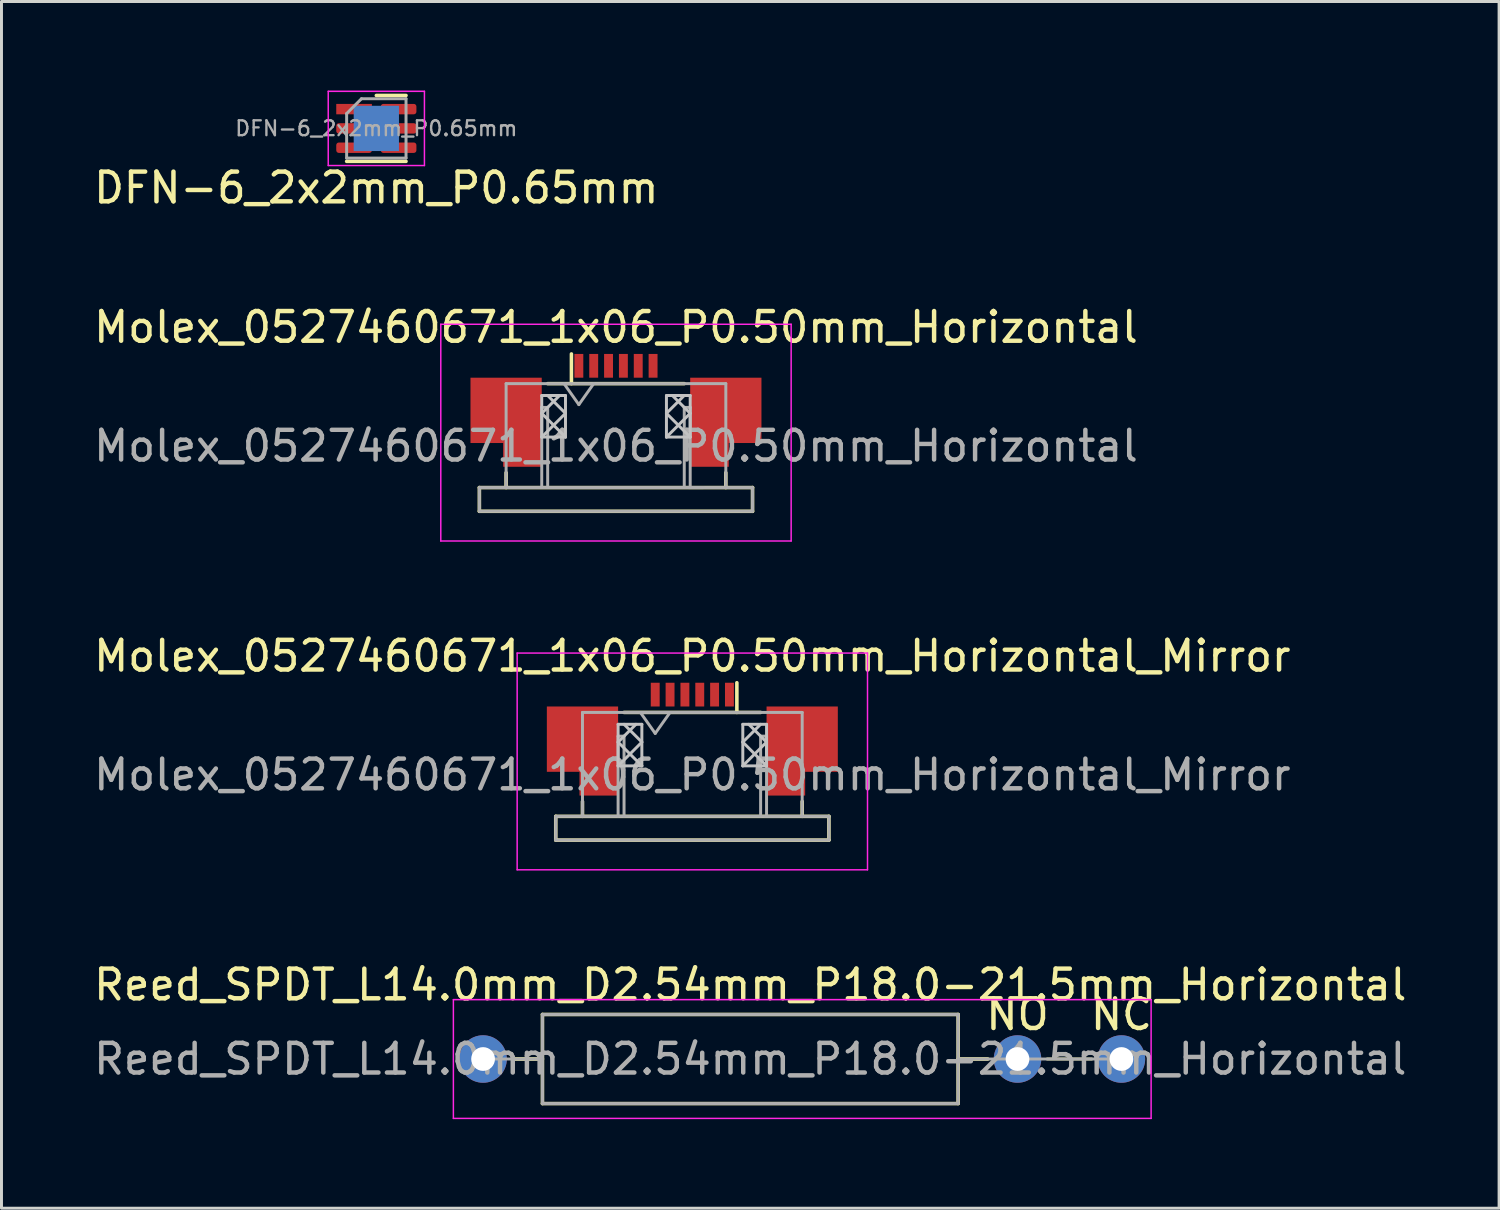
<source format=kicad_pcb>
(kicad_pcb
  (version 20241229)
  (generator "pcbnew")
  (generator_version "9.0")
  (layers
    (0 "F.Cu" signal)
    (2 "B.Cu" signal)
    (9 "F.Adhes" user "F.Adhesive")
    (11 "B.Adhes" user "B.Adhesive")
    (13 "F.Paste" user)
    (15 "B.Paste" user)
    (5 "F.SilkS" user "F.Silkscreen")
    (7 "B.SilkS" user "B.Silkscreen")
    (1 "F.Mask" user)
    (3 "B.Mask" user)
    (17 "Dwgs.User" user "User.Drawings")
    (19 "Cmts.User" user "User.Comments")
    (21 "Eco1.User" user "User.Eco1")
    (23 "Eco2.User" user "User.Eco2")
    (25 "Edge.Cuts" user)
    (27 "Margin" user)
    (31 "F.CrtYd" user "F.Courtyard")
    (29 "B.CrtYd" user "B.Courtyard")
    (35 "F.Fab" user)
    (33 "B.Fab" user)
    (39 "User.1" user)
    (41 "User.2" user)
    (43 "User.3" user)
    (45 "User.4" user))
  (footprint "Molex_0527460671_1x06_P0.50mm_Horizontal_Mirror"
    (layer "F.Cu")
    (at 20.268 20.745)
    (property "Reference" "Molex_0527460671_1x06_P0.50mm_Horizontal_Mirror" (at 0 -1.7 0) (layer "F.SilkS") (effects (font (size 1 1) (thickness 0.15))))
    (attr smd)
    (fp_line (start -4.6 3.7) (end 4.6 3.7) (stroke (width 0.12) (type solid)) (layer "F.SilkS"))
    (fp_line (start -4.6 4.5) (end -4.6 3.7) (stroke (width 0.12) (type solid)) (layer "F.SilkS"))
    (fp_line (start -4.6 4.5) (end 4.6 4.5) (stroke (width 0.12) (type solid)) (layer "F.SilkS"))
    (fp_line (start -3.7 3.2) (end -3.7 3.7) (stroke (width 0.12) (type solid)) (layer "F.SilkS"))
    (fp_line (start -2.3 0.2) (end 2.3 0.2) (stroke (width 0.12) (type solid)) (layer "F.SilkS"))
    (fp_line (start 1.5 0.2) (end 1.5 -0.8) (stroke (width 0.12) (type solid)) (layer "F.SilkS"))
    (fp_line (start 3.7 3.2) (end 3.7 3.7) (stroke (width 0.12) (type solid)) (layer "F.SilkS"))
    (fp_line (start 4.6 4.5) (end 4.6 3.7) (stroke (width 0.12) (type solid)) (layer "F.SilkS"))
    (fp_line (start -2.5 0.6) (end -1.7 0.6) (stroke (width 0.1) (type solid)) (layer "Dwgs.User"))
    (fp_line (start -2.5 2) (end -2.5 0.6) (stroke (width 0.1) (type solid)) (layer "Dwgs.User"))
    (fp_line (start -2.3 0.6) (end -1.7 1.2) (stroke (width 0.1) (type solid)) (layer "Dwgs.User"))
    (fp_line (start -1.9 0.6) (end -2.5 1.2) (stroke (width 0.1) (type solid)) (layer "Dwgs.User"))
    (fp_line (start -1.7 0.6) (end -1.7 2) (stroke (width 0.1) (type solid)) (layer "Dwgs.User"))
    (fp_line (start -1.7 1.2) (end -2.5 2) (stroke (width 0.1) (type solid)) (layer "Dwgs.User"))
    (fp_line (start -1.7 2) (end -2.5 1.2) (stroke (width 0.1) (type solid)) (layer "Dwgs.User"))
    (fp_line (start -1.7 2) (end -2.5 2) (stroke (width 0.1) (type solid)) (layer "Dwgs.User"))
    (fp_line (start 1.7 0.6) (end 2.5 0.6) (stroke (width 0.1) (type solid)) (layer "Dwgs.User"))
    (fp_line (start 1.7 2) (end 1.7 0.6) (stroke (width 0.1) (type solid)) (layer "Dwgs.User"))
    (fp_line (start 1.9 0.6) (end 2.5 1.2) (stroke (width 0.1) (type solid)) (layer "Dwgs.User"))
    (fp_line (start 2.3 0.6) (end 1.7 1.2) (stroke (width 0.1) (type solid)) (layer "Dwgs.User"))
    (fp_line (start 2.5 0.6) (end 2.5 2) (stroke (width 0.1) (type solid)) (layer "Dwgs.User"))
    (fp_line (start 2.5 1.2) (end 1.7 2) (stroke (width 0.1) (type solid)) (layer "Dwgs.User"))
    (fp_line (start 2.5 2) (end 1.7 1.2) (stroke (width 0.1) (type solid)) (layer "Dwgs.User"))
    (fp_line (start 2.5 2) (end 1.7 2) (stroke (width 0.1) (type solid)) (layer "Dwgs.User"))
    (fp_line (start -5.9 -1.8) (end -5.9 5.5) (stroke (width 0.05) (type solid)) (layer "F.CrtYd"))
    (fp_line (start -5.9 5.5) (end 5.9 5.5) (stroke (width 0.05) (type solid)) (layer "F.CrtYd"))
    (fp_line (start 5.9 -1.8) (end -5.9 -1.8) (stroke (width 0.05) (type solid)) (layer "F.CrtYd"))
    (fp_line (start 5.9 5.5) (end 5.9 -1.8) (stroke (width 0.05) (type solid)) (layer "F.CrtYd"))
    (fp_line (start -4.6 3.7) (end -4.6 4.5) (stroke (width 0.1) (type solid)) (layer "F.Fab"))
    (fp_line (start -4.6 4.5) (end 4.6 4.5) (stroke (width 0.1) (type solid)) (layer "F.Fab"))
    (fp_line (start -3.7 0.2) (end -3.7 3.7) (stroke (width 0.1) (type solid)) (layer "F.Fab"))
    (fp_line (start -2.5 1) (end -2.5 3.7) (stroke (width 0.1) (type solid)) (layer "F.Fab"))
    (fp_line (start -2.5 1) (end -2.3 1) (stroke (width 0.1) (type solid)) (layer "F.Fab"))
    (fp_line (start -2.3 1) (end -2.3 3.7) (stroke (width 0.1) (type solid)) (layer "F.Fab"))
    (fp_line (start -1.75 0.2) (end -1.25 0.907) (stroke (width 0.1) (type solid)) (layer "F.Fab"))
    (fp_line (start -1.25 0.907) (end -0.75 0.2) (stroke (width 0.1) (type solid)) (layer "F.Fab"))
    (fp_line (start 2.3 1) (end 2.3 3.7) (stroke (width 0.1) (type solid)) (layer "F.Fab"))
    (fp_line (start 2.3 1) (end 2.5 1) (stroke (width 0.1) (type solid)) (layer "F.Fab"))
    (fp_line (start 2.45 3.7) (end 2.95 3.7) (stroke (width 0.1) (type solid)) (layer "F.Fab"))
    (fp_line (start 2.5 1) (end 2.5 3.7) (stroke (width 0.1) (type solid)) (layer "F.Fab"))
    (fp_line (start 3.7 0.2) (end -3.7 0.2) (stroke (width 0.1) (type solid)) (layer "F.Fab"))
    (fp_line (start 3.7 0.2) (end 3.7 3.7) (stroke (width 0.1) (type solid)) (layer "F.Fab"))
    (fp_line (start 4.6 3.7) (end -4.6 3.7) (stroke (width 0.1) (type solid)) (layer "F.Fab"))
    (fp_line (start 4.6 3.7) (end 4.6 4.5) (stroke (width 0.1) (type solid)) (layer "F.Fab"))
    (fp_text user "${REFERENCE}" (at 0 2.3 0) (layer "F.Fab") (effects (font (size 1 1) (thickness 0.15))))
    (pad "1" smd rect (at 1.25 -0.4) (size 0.3 0.8) (layers "F.Cu" "F.Mask" "F.Paste"))
    (pad "2" smd rect (at 0.75 -0.4) (size 0.3 0.8) (layers "F.Cu" "F.Mask" "F.Paste"))
    (pad "3" smd rect (at 0.25 -0.4) (size 0.3 0.8) (layers "F.Cu" "F.Mask" "F.Paste"))
    (pad "4" smd rect (at -0.25 -0.4) (size 0.3 0.8) (layers "F.Cu" "F.Mask" "F.Paste"))
    (pad "5" smd rect (at -0.75 -0.4) (size 0.3 0.8) (layers "F.Cu" "F.Mask" "F.Paste"))
    (pad "6" smd rect (at -1.25 -0.4) (size 0.3 0.8) (layers "F.Cu" "F.Mask" "F.Paste"))
    (pad "MP" smd custom (at -3.15 1.5) (size 1.3 3) (layers "F.Cu" "F.Mask" "F.Paste") (options (anchor rect)) (primitives (gr_poly (pts (xy -0.65 -1.5) (xy -0.65 0.7) (xy -1.75 0.7) (xy -1.75 -1.5)) (width 0) (fill yes))))
    (pad "MP" smd custom (at 3.15 1.5) (size 1.3 3) (layers "F.Cu" "F.Mask" "F.Paste") (options (anchor rect)) (primitives (gr_poly (pts (xy 1.75 -1.5) (xy 1.75 0.7) (xy 0.65 0.7) (xy 0.65 -1.5)) (width 0) (fill yes)))))
  (footprint "DFN-6_2x2mm_P0.65mm"
    (layer "F.Cu")
    (at 9.625 1.275)
    (property "Reference" "DFN-6_2x2mm_P0.65mm" (at 0 2 0) (layer "F.SilkS") (effects (font (size 1 1) (thickness 0.15))))
    (attr smd)
    (fp_line (start -1 1.11) (end 1 1.11) (stroke (width 0.12) (type solid)) (layer "F.SilkS"))
    (fp_line (start 0 -1.11) (end 1 -1.11) (stroke (width 0.12) (type solid)) (layer "F.SilkS"))
    (fp_line (start -1.62 -1.25) (end -1.62 1.25) (stroke (width 0.05) (type solid)) (layer "F.CrtYd"))
    (fp_line (start -1.62 1.25) (end 1.62 1.25) (stroke (width 0.05) (type solid)) (layer "F.CrtYd"))
    (fp_line (start 1.62 -1.25) (end -1.62 -1.25) (stroke (width 0.05) (type solid)) (layer "F.CrtYd"))
    (fp_line (start 1.62 1.25) (end 1.62 -1.25) (stroke (width 0.05) (type solid)) (layer "F.CrtYd"))
    (fp_line (start -1 -0.5) (end -0.5 -1) (stroke (width 0.1) (type solid)) (layer "F.Fab"))
    (fp_line (start -1 1) (end -1 -0.5) (stroke (width 0.1) (type solid)) (layer "F.Fab"))
    (fp_line (start -0.5 -1) (end 1 -1) (stroke (width 0.1) (type solid)) (layer "F.Fab"))
    (fp_line (start 1 -1) (end 1 1) (stroke (width 0.1) (type solid)) (layer "F.Fab"))
    (fp_line (start 1 1) (end -1 1) (stroke (width 0.1) (type solid)) (layer "F.Fab"))
    (fp_text user "${REFERENCE}" (at 0 0 0) (layer "F.Fab") (effects (font (size 0.5 0.5) (thickness 0.08))))
    (pad "" smd rect (at 0 0) (size 1.524 1.524) (layers "B.Cu" "B.Mask" "B.Paste"))
    (pad "1" smd rect (at -0.75 -0.65) (size 1.2 0.35) (layers "F.Cu" "F.Mask" "F.Paste"))
    (pad "2" smd roundrect (at -0.75 0) (size 1.2 0.35) (layers "F.Cu" "F.Mask" "F.Paste") (roundrect_rratio 0.25))
    (pad "3" smd roundrect (at -0.75 0.65) (size 1.2 0.35) (layers "F.Cu" "F.Mask" "F.Paste") (roundrect_rratio 0.25))
    (pad "4" smd roundrect (at 0.75 0.65) (size 1.2 0.35) (layers "F.Cu" "F.Mask" "F.Paste") (roundrect_rratio 0.25))
    (pad "5" smd roundrect (at 0.75 0) (size 1.2 0.35) (layers "F.Cu" "F.Mask" "F.Paste") (roundrect_rratio 0.25))
    (pad "6" smd roundrect (at 0.75 -0.65) (size 1.2 0.35) (layers "F.Cu" "F.Mask" "F.Paste") (roundrect_rratio 0.25)))
  (footprint "Reed_SPDT_L14.0mm_D2.54mm_P18.0-21.5mm_Horizontal"
    (layer "F.Cu")
    (at 13.22 32.618)
    (property "Reference" "Reed_SPDT_L14.0mm_D2.54mm_P18.0-21.5mm_Horizontal" (at 9 -2.5 0) (layer "F.SilkS") (effects (font (size 1 1) (thickness 0.15))))
    (attr through_hole)
    (fp_line (start 1.04 0) (end 2 0) (stroke (width 0.12) (type solid)) (layer "F.SilkS"))
    (fp_line (start 2 -1.5) (end 2 1.5) (stroke (width 0.12) (type solid)) (layer "F.SilkS"))
    (fp_line (start 2 1.5) (end 16 1.5) (stroke (width 0.12) (type solid)) (layer "F.SilkS"))
    (fp_line (start 16 -1.5) (end 2 -1.5) (stroke (width 0.12) (type solid)) (layer "F.SilkS"))
    (fp_line (start 16 1.5) (end 16 -1.5) (stroke (width 0.12) (type solid)) (layer "F.SilkS"))
    (fp_line (start 17 0) (end 16 0) (stroke (width 0.12) (type solid)) (layer "F.SilkS"))
    (fp_line (start 19 0) (end 20.5 0) (stroke (width 0.1) (type solid)) (layer "F.SilkS"))
    (fp_line (start -1 -2) (end -1 2) (stroke (width 0.05) (type solid)) (layer "F.CrtYd"))
    (fp_line (start -1 2) (end 22.5 2) (stroke (width 0.05) (type solid)) (layer "F.CrtYd"))
    (fp_line (start 22.5 -2) (end -1 -2) (stroke (width 0.05) (type solid)) (layer "F.CrtYd"))
    (fp_line (start 22.5 2) (end 22.5 -2) (stroke (width 0.05) (type solid)) (layer "F.CrtYd"))
    (fp_line (start 0 0) (end 2 0) (stroke (width 0.1) (type solid)) (layer "F.Fab"))
    (fp_line (start 2 -1.5) (end 2 1.5) (stroke (width 0.1) (type solid)) (layer "F.Fab"))
    (fp_line (start 2 1.5) (end 16 1.5) (stroke (width 0.1) (type solid)) (layer "F.Fab"))
    (fp_line (start 16 -1.5) (end 2 -1.5) (stroke (width 0.1) (type solid)) (layer "F.Fab"))
    (fp_line (start 16 1.5) (end 16 -1.5) (stroke (width 0.1) (type solid)) (layer "F.Fab"))
    (fp_line (start 21.5 0) (end 16 0) (stroke (width 0.1) (type solid)) (layer "F.Fab"))
    (fp_text user "NC" (at 21.5 -1.5 0) (layer "F.SilkS") (effects (font (size 1 1) (thickness 0.15))))
    (fp_text user "NO" (at 18 -1.5 0) (layer "F.SilkS") (effects (font (size 1 1) (thickness 0.15))))
    (fp_text user "${REFERENCE}" (at 9 0 0) (layer "F.Fab") (effects (font (size 1 1) (thickness 0.15))))
    (pad "1" thru_hole oval (at 21.5 0) (size 1.6 1.6) (drill 0.8) (layers "*.Cu" "*.Mask"))
    (pad "2" thru_hole circle (at 0 0) (size 1.6 1.6) (drill 0.8) (layers "*.Cu" "*.Mask"))
    (pad "3" thru_hole oval (at 18 0) (size 1.6 1.6) (drill 0.8) (layers "*.Cu" "*.Mask")))
  (footprint "Molex_0527460671_1x06_P0.50mm_Horizontal"
    (layer "F.Cu")
    (at 17.696 9.671)
    (property "Reference" "Molex_0527460671_1x06_P0.50mm_Horizontal" (at 0 -1.7 0) (layer "F.SilkS") (effects (font (size 1 1) (thickness 0.15))))
    (attr smd)
    (fp_line (start -4.6 3.7) (end 4.6 3.7) (stroke (width 0.12) (type solid)) (layer "F.SilkS"))
    (fp_line (start -4.6 4.5) (end -4.6 3.7) (stroke (width 0.12) (type solid)) (layer "F.SilkS"))
    (fp_line (start -4.6 4.5) (end 4.6 4.5) (stroke (width 0.12) (type solid)) (layer "F.SilkS"))
    (fp_line (start -3.7 3.2) (end -3.7 3.7) (stroke (width 0.12) (type solid)) (layer "F.SilkS"))
    (fp_line (start -2.3 0.2) (end 2.3 0.2) (stroke (width 0.12) (type solid)) (layer "F.SilkS"))
    (fp_line (start -1.5 0.2) (end -1.5 -0.8) (stroke (width 0.12) (type solid)) (layer "F.SilkS"))
    (fp_line (start 3.7 3.2) (end 3.7 3.7) (stroke (width 0.12) (type solid)) (layer "F.SilkS"))
    (fp_line (start 4.6 4.5) (end 4.6 3.7) (stroke (width 0.12) (type solid)) (layer "F.SilkS"))
    (fp_line (start -2.5 0.6) (end -1.7 0.6) (stroke (width 0.1) (type solid)) (layer "Dwgs.User"))
    (fp_line (start -2.5 2) (end -2.5 0.6) (stroke (width 0.1) (type solid)) (layer "Dwgs.User"))
    (fp_line (start -2.3 0.6) (end -1.7 1.2) (stroke (width 0.1) (type solid)) (layer "Dwgs.User"))
    (fp_line (start -1.9 0.6) (end -2.5 1.2) (stroke (width 0.1) (type solid)) (layer "Dwgs.User"))
    (fp_line (start -1.7 0.6) (end -1.7 2) (stroke (width 0.1) (type solid)) (layer "Dwgs.User"))
    (fp_line (start -1.7 1.2) (end -2.5 2) (stroke (width 0.1) (type solid)) (layer "Dwgs.User"))
    (fp_line (start -1.7 2) (end -2.5 1.2) (stroke (width 0.1) (type solid)) (layer "Dwgs.User"))
    (fp_line (start -1.7 2) (end -2.5 2) (stroke (width 0.1) (type solid)) (layer "Dwgs.User"))
    (fp_line (start 1.7 0.6) (end 2.5 0.6) (stroke (width 0.1) (type solid)) (layer "Dwgs.User"))
    (fp_line (start 1.7 2) (end 1.7 0.6) (stroke (width 0.1) (type solid)) (layer "Dwgs.User"))
    (fp_line (start 1.9 0.6) (end 2.5 1.2) (stroke (width 0.1) (type solid)) (layer "Dwgs.User"))
    (fp_line (start 2.3 0.6) (end 1.7 1.2) (stroke (width 0.1) (type solid)) (layer "Dwgs.User"))
    (fp_line (start 2.5 0.6) (end 2.5 2) (stroke (width 0.1) (type solid)) (layer "Dwgs.User"))
    (fp_line (start 2.5 1.2) (end 1.7 2) (stroke (width 0.1) (type solid)) (layer "Dwgs.User"))
    (fp_line (start 2.5 2) (end 1.7 1.2) (stroke (width 0.1) (type solid)) (layer "Dwgs.User"))
    (fp_line (start 2.5 2) (end 1.7 2) (stroke (width 0.1) (type solid)) (layer "Dwgs.User"))
    (fp_line (start -5.9 -1.8) (end -5.9 5.5) (stroke (width 0.05) (type solid)) (layer "F.CrtYd"))
    (fp_line (start -5.9 5.5) (end 5.9 5.5) (stroke (width 0.05) (type solid)) (layer "F.CrtYd"))
    (fp_line (start 5.9 -1.8) (end -5.9 -1.8) (stroke (width 0.05) (type solid)) (layer "F.CrtYd"))
    (fp_line (start 5.9 5.5) (end 5.9 -1.8) (stroke (width 0.05) (type solid)) (layer "F.CrtYd"))
    (fp_line (start -4.6 3.7) (end -4.6 4.5) (stroke (width 0.1) (type solid)) (layer "F.Fab"))
    (fp_line (start -4.6 4.5) (end 4.6 4.5) (stroke (width 0.1) (type solid)) (layer "F.Fab"))
    (fp_line (start -3.7 0.2) (end -3.7 3.7) (stroke (width 0.1) (type solid)) (layer "F.Fab"))
    (fp_line (start -2.5 1) (end -2.5 3.7) (stroke (width 0.1) (type solid)) (layer "F.Fab"))
    (fp_line (start -2.5 1) (end -2.3 1) (stroke (width 0.1) (type solid)) (layer "F.Fab"))
    (fp_line (start -2.3 1) (end -2.3 3.7) (stroke (width 0.1) (type solid)) (layer "F.Fab"))
    (fp_line (start -1.75 0.2) (end -1.25 0.907) (stroke (width 0.1) (type solid)) (layer "F.Fab"))
    (fp_line (start -1.25 0.907) (end -0.75 0.2) (stroke (width 0.1) (type solid)) (layer "F.Fab"))
    (fp_line (start 2.3 1) (end 2.3 3.7) (stroke (width 0.1) (type solid)) (layer "F.Fab"))
    (fp_line (start 2.3 1) (end 2.5 1) (stroke (width 0.1) (type solid)) (layer "F.Fab"))
    (fp_line (start 2.45 3.7) (end 2.95 3.7) (stroke (width 0.1) (type solid)) (layer "F.Fab"))
    (fp_line (start 2.5 1) (end 2.5 3.7) (stroke (width 0.1) (type solid)) (layer "F.Fab"))
    (fp_line (start 3.7 0.2) (end -3.7 0.2) (stroke (width 0.1) (type solid)) (layer "F.Fab"))
    (fp_line (start 3.7 0.2) (end 3.7 3.7) (stroke (width 0.1) (type solid)) (layer "F.Fab"))
    (fp_line (start 4.6 3.7) (end -4.6 3.7) (stroke (width 0.1) (type solid)) (layer "F.Fab"))
    (fp_line (start 4.6 3.7) (end 4.6 4.5) (stroke (width 0.1) (type solid)) (layer "F.Fab"))
    (fp_text user "${REFERENCE}" (at 0 2.3 0) (layer "F.Fab") (effects (font (size 1 1) (thickness 0.15))))
    (pad "1" smd rect (at -1.25 -0.4) (size 0.3 0.8) (layers "F.Cu" "F.Mask" "F.Paste"))
    (pad "2" smd rect (at -0.75 -0.4) (size 0.3 0.8) (layers "F.Cu" "F.Mask" "F.Paste"))
    (pad "3" smd rect (at -0.25 -0.4) (size 0.3 0.8) (layers "F.Cu" "F.Mask" "F.Paste"))
    (pad "4" smd rect (at 0.25 -0.4) (size 0.3 0.8) (layers "F.Cu" "F.Mask" "F.Paste"))
    (pad "5" smd rect (at 0.75 -0.4) (size 0.3 0.8) (layers "F.Cu" "F.Mask" "F.Paste"))
    (pad "6" smd rect (at 1.25 -0.4) (size 0.3 0.8) (layers "F.Cu" "F.Mask" "F.Paste"))
    (pad "MP" smd custom (at -3.15 1.5) (size 1.3 3) (layers "F.Cu" "F.Mask" "F.Paste") (options (anchor rect)) (primitives (gr_poly (pts (xy -0.65 -1.5) (xy -0.65 0.7) (xy -1.75 0.7) (xy -1.75 -1.5)) (width 0) (fill yes))))
    (pad "MP" smd custom (at 3.15 1.5) (size 1.3 3) (layers "F.Cu" "F.Mask" "F.Paste") (options (anchor rect)) (primitives (gr_poly (pts (xy 1.75 -1.5) (xy 1.75 0.7) (xy 0.65 0.7) (xy 0.65 -1.5)) (width 0) (fill yes)))))
  (gr_rect
    (start -3 -3)
    (end 47.44 37.643)
    (stroke (width 0.1) (type default))
    (fill no)
    (layer "Edge.Cuts")))
</source>
